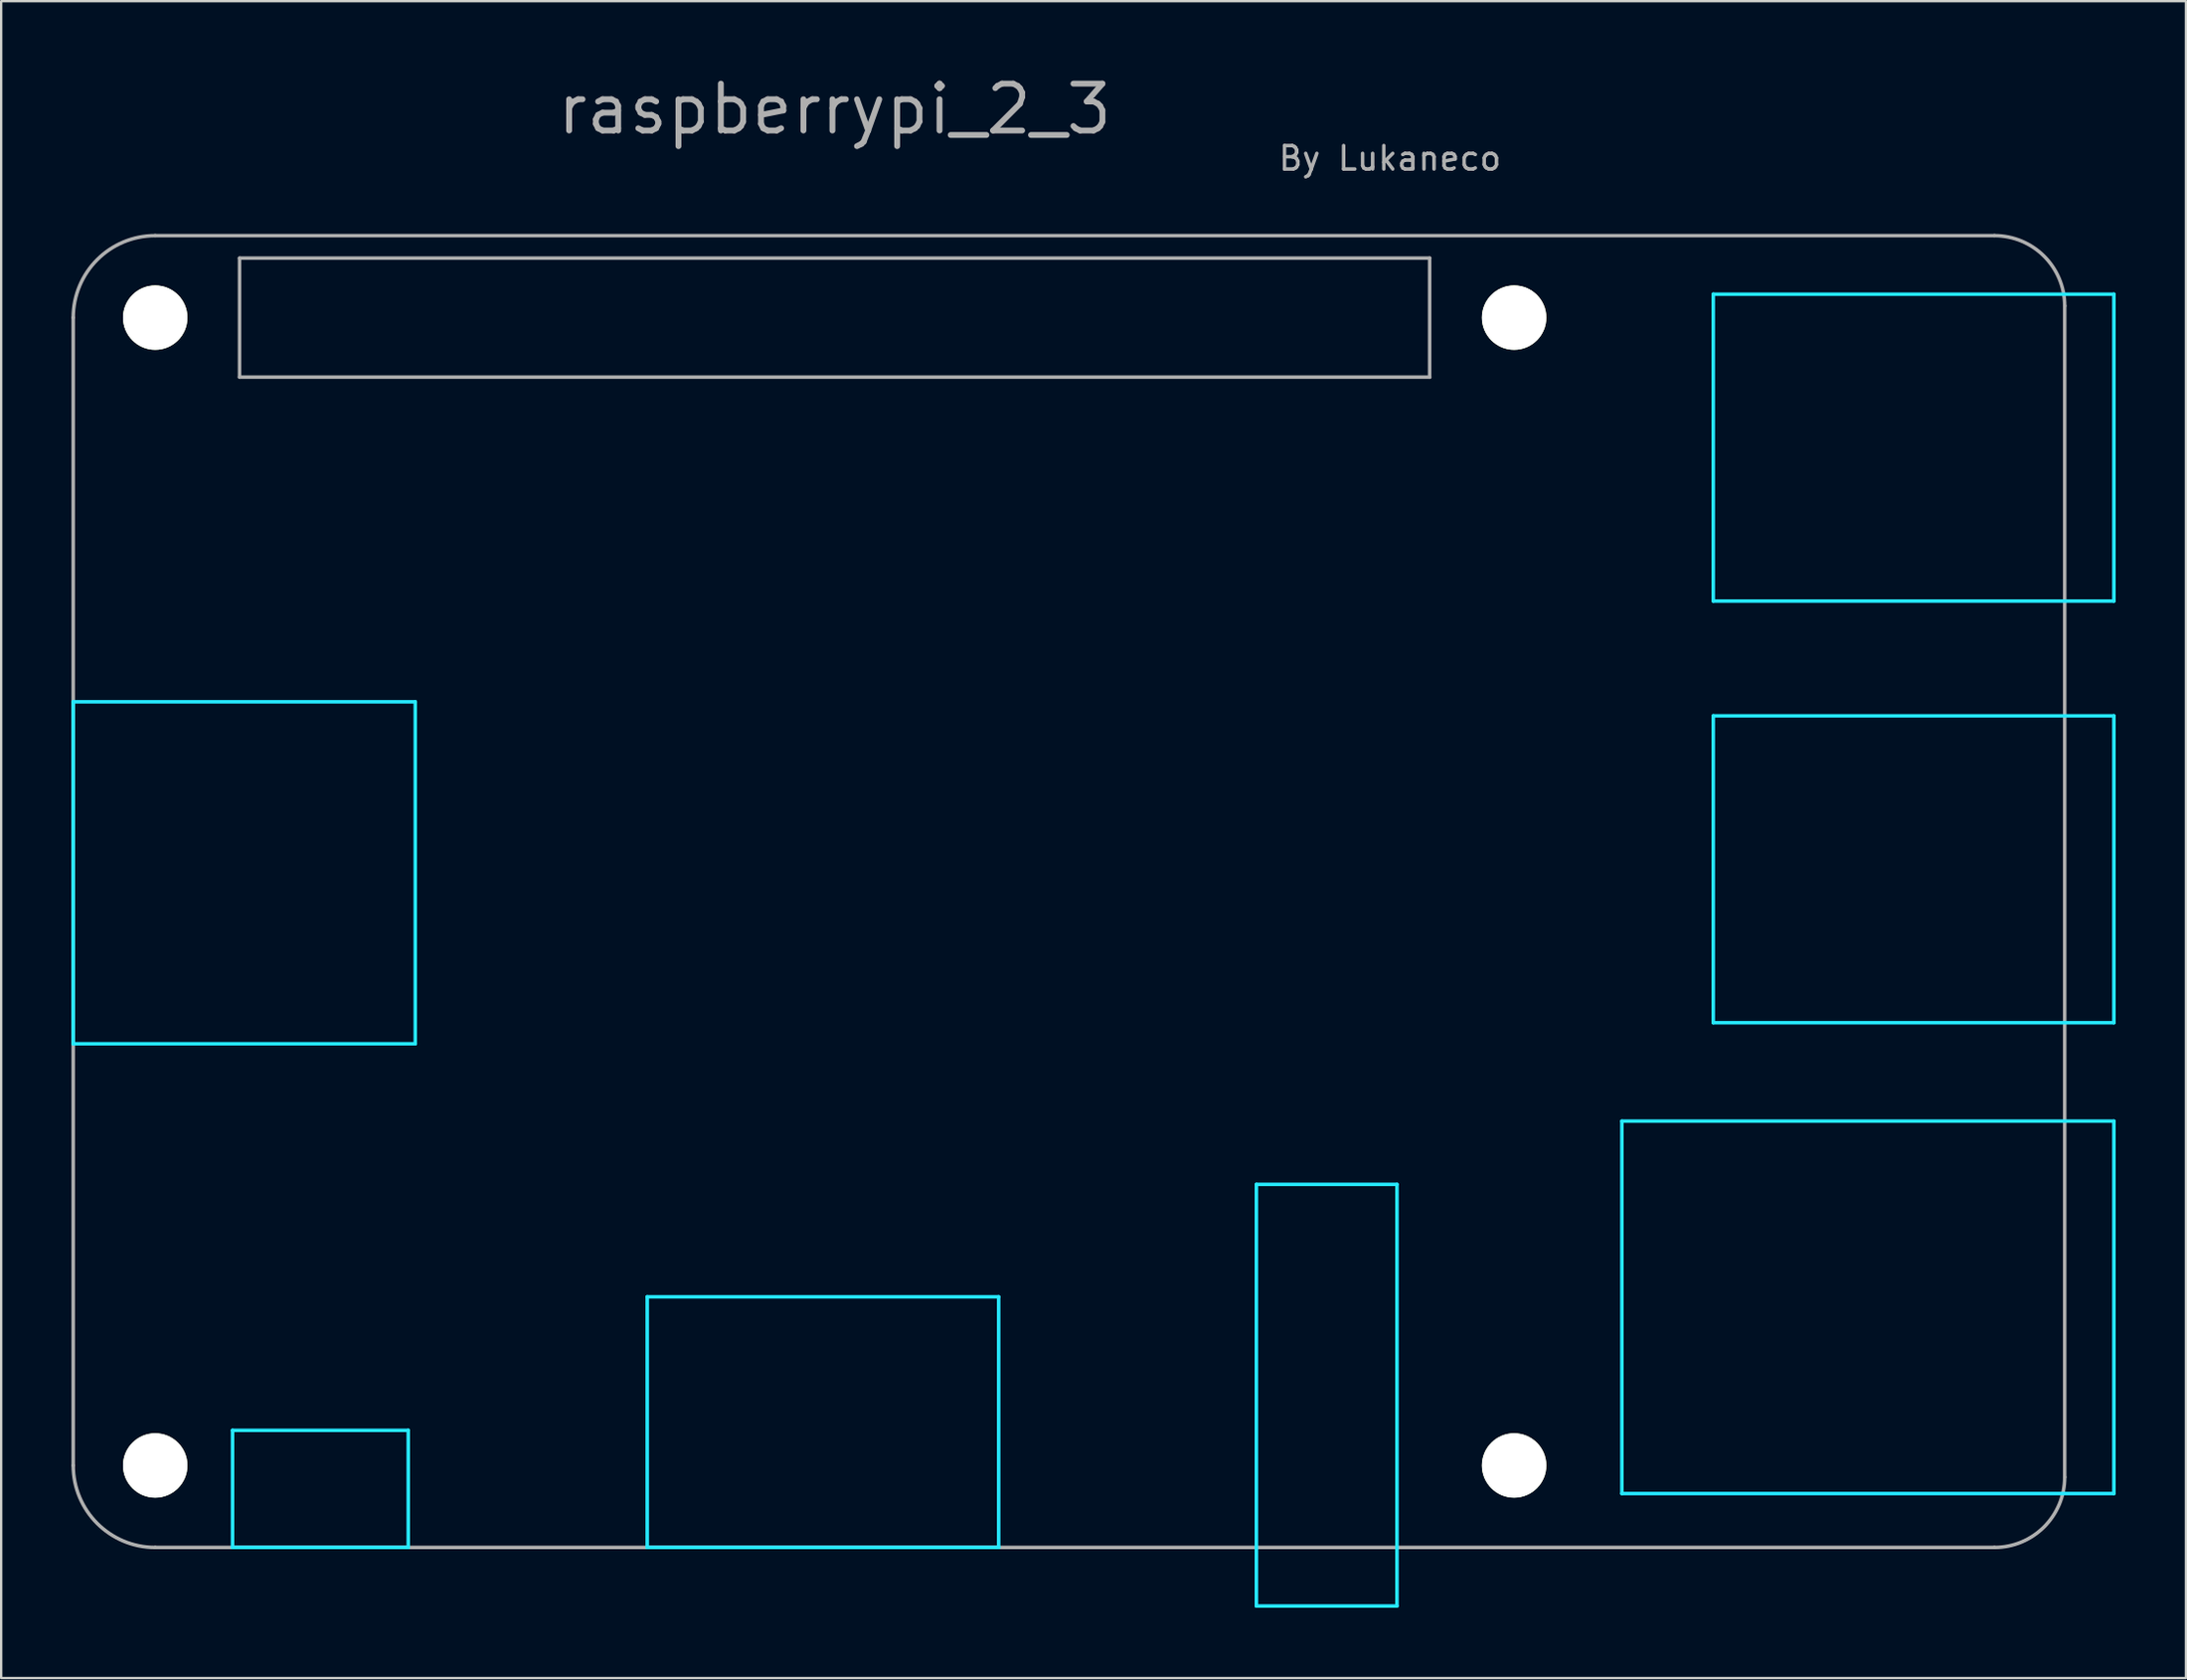
<source format=kicad_pcb>
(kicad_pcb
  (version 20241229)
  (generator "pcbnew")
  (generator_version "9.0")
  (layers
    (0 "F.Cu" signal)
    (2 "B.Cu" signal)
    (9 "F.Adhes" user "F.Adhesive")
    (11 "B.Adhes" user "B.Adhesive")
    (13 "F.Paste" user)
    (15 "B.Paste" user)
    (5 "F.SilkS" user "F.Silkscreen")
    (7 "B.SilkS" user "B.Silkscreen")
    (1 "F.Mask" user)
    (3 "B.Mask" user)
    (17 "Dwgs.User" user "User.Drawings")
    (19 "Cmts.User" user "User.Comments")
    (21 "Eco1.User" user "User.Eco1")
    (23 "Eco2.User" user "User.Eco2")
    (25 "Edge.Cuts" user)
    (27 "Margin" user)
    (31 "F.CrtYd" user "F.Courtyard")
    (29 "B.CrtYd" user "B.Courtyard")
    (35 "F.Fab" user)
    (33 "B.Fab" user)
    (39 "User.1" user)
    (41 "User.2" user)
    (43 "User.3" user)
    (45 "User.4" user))
  (footprint "raspberrypi_2_3"
    (layer "F.Cu")
    (at 32.575 10.509)
    (property "Reference" "raspberrypi_2_3" (at 0 -8.9 0) (layer "F.Fab") (effects (font (size 2 2) (thickness 0.25))))
    (attr through_hole)
    (fp_line (start -32.5 16.4) (end -32.5 31) (stroke (width 0.15) (type solid)) (layer "B.CrtYd"))
    (fp_line (start -25.7 52.5) (end -25.7 47.5) (stroke (width 0.15) (type solid)) (layer "B.CrtYd"))
    (fp_line (start -18.2 47.5) (end -25.7 47.5) (stroke (width 0.15) (type solid)) (layer "B.CrtYd"))
    (fp_line (start -18.2 52.5) (end -25.7 52.5) (stroke (width 0.15) (type solid)) (layer "B.CrtYd"))
    (fp_line (start -18.2 52.5) (end -18.2 47.5) (stroke (width 0.15) (type solid)) (layer "B.CrtYd"))
    (fp_line (start -17.9 16.4) (end -32.5 16.4) (stroke (width 0.15) (type solid)) (layer "B.CrtYd"))
    (fp_line (start -17.9 16.4) (end -17.9 31) (stroke (width 0.15) (type solid)) (layer "B.CrtYd"))
    (fp_line (start -17.9 31) (end -32.5 31) (stroke (width 0.15) (type solid)) (layer "B.CrtYd"))
    (fp_line (start -8 41.8) (end -8 52.5) (stroke (width 0.15) (type solid)) (layer "B.CrtYd"))
    (fp_line (start -8 41.8) (end 7 41.8) (stroke (width 0.15) (type solid)) (layer "B.CrtYd"))
    (fp_line (start 7 52.5) (end -8 52.5) (stroke (width 0.15) (type solid)) (layer "B.CrtYd"))
    (fp_line (start 7 52.5) (end 7 41.8) (stroke (width 0.15) (type solid)) (layer "B.CrtYd"))
    (fp_line (start 18 37) (end 18 55) (stroke (width 0.15) (type solid)) (layer "B.CrtYd"))
    (fp_line (start 18 55) (end 24 55) (stroke (width 0.15) (type solid)) (layer "B.CrtYd"))
    (fp_line (start 24 37) (end 18 37) (stroke (width 0.15) (type solid)) (layer "B.CrtYd"))
    (fp_line (start 24 55) (end 24 37) (stroke (width 0.15) (type solid)) (layer "B.CrtYd"))
    (fp_line (start 33.6 34.3) (end 54.6 34.3) (stroke (width 0.15) (type solid)) (layer "B.CrtYd"))
    (fp_line (start 33.6 50.2) (end 33.6 34.3) (stroke (width 0.15) (type solid)) (layer "B.CrtYd"))
    (fp_line (start 37.5 -1) (end 37.5 12.1) (stroke (width 0.15) (type solid)) (layer "B.CrtYd"))
    (fp_line (start 37.5 -1) (end 54.6 -1) (stroke (width 0.15) (type solid)) (layer "B.CrtYd"))
    (fp_line (start 37.5 17) (end 54.6 17) (stroke (width 0.15) (type solid)) (layer "B.CrtYd"))
    (fp_line (start 37.5 30.1) (end 37.5 17) (stroke (width 0.15) (type solid)) (layer "B.CrtYd"))
    (fp_line (start 54.6 12.1) (end 37.5 12.1) (stroke (width 0.15) (type solid)) (layer "B.CrtYd"))
    (fp_line (start 54.6 12.1) (end 54.6 -1) (stroke (width 0.15) (type solid)) (layer "B.CrtYd"))
    (fp_line (start 54.6 30.1) (end 37.5 30.1) (stroke (width 0.15) (type solid)) (layer "B.CrtYd"))
    (fp_line (start 54.6 30.1) (end 54.6 17) (stroke (width 0.15) (type solid)) (layer "B.CrtYd"))
    (fp_line (start 54.6 50.2) (end 33.6 50.2) (stroke (width 0.15) (type solid)) (layer "B.CrtYd"))
    (fp_line (start 54.6 50.2) (end 54.6 34.3) (stroke (width 0.15) (type solid)) (layer "B.CrtYd"))
    (fp_line (start -32.5 49) (end -32.5 0) (stroke (width 0.15) (type solid)) (layer "F.Fab"))
    (fp_line (start -29 52.5) (end 49.5 52.5) (stroke (width 0.15) (type solid)) (layer "F.Fab"))
    (fp_line (start -25.4 -2.54) (end -25.4 2.54) (stroke (width 0.15) (type solid)) (layer "F.Fab"))
    (fp_line (start -25.4 -2.54) (end 25.4 -2.54) (stroke (width 0.15) (type solid)) (layer "F.Fab"))
    (fp_line (start 25.395 2.54) (end 25.395 -2.54) (stroke (width 0.15) (type solid)) (layer "F.Fab"))
    (fp_line (start 25.4 2.54) (end -25.4 2.54) (stroke (width 0.15) (type solid)) (layer "F.Fab"))
    (fp_line (start 49.5 -3.5) (end -29 -3.5) (stroke (width 0.15) (type solid)) (layer "F.Fab"))
    (fp_line (start 52.5 49.5) (end 52.5 -0.5) (stroke (width 0.15) (type solid)) (layer "F.Fab"))
    (fp_arc (start -32.5 0) (mid -31.474874 -2.474874) (end -29 -3.5) (stroke (width 0.15) (type solid)) (layer "F.Fab"))
    (fp_arc (start -29 52.5) (mid -31.474874 51.474874) (end -32.5 49) (stroke (width 0.15) (type solid)) (layer "F.Fab"))
    (fp_arc (start 49.5 -3.5) (mid 51.62132 -2.62132) (end 52.5 -0.5) (stroke (width 0.15) (type solid)) (layer "F.Fab"))
    (fp_arc (start 52.5 49.5) (mid 51.62132 51.62132) (end 49.5 52.5) (stroke (width 0.15) (type solid)) (layer "F.Fab"))
    (fp_text user "By Lukaneco" (at 23.7 -6.8 0) (layer "F.Fab") (effects (font (size 1 1) (thickness 0.15))))
    (pad "" np_thru_hole circle (at -29 0) (size 2.75 2.75) (drill 2.75) (layers "*.Cu" "*.Mask" "F.SilkS"))
    (pad "" np_thru_hole circle (at -29 49) (size 2.75 2.75) (drill 2.75) (layers "*.Cu" "*.Mask" "F.SilkS"))
    (pad "" np_thru_hole circle (at 29 0) (size 2.75 2.75) (drill 2.75) (layers "*.Cu" "*.Mask" "F.SilkS"))
    (pad "" np_thru_hole circle (at 29 49) (size 2.75 2.75) (drill 2.75) (layers "*.Cu" "*.Mask" "F.SilkS")))
  (gr_rect
    (start -3 -3)
    (end 90.25 68.584)
    (stroke (width 0.1) (type default))
    (fill no)
    (layer "Edge.Cuts")))
</source>
